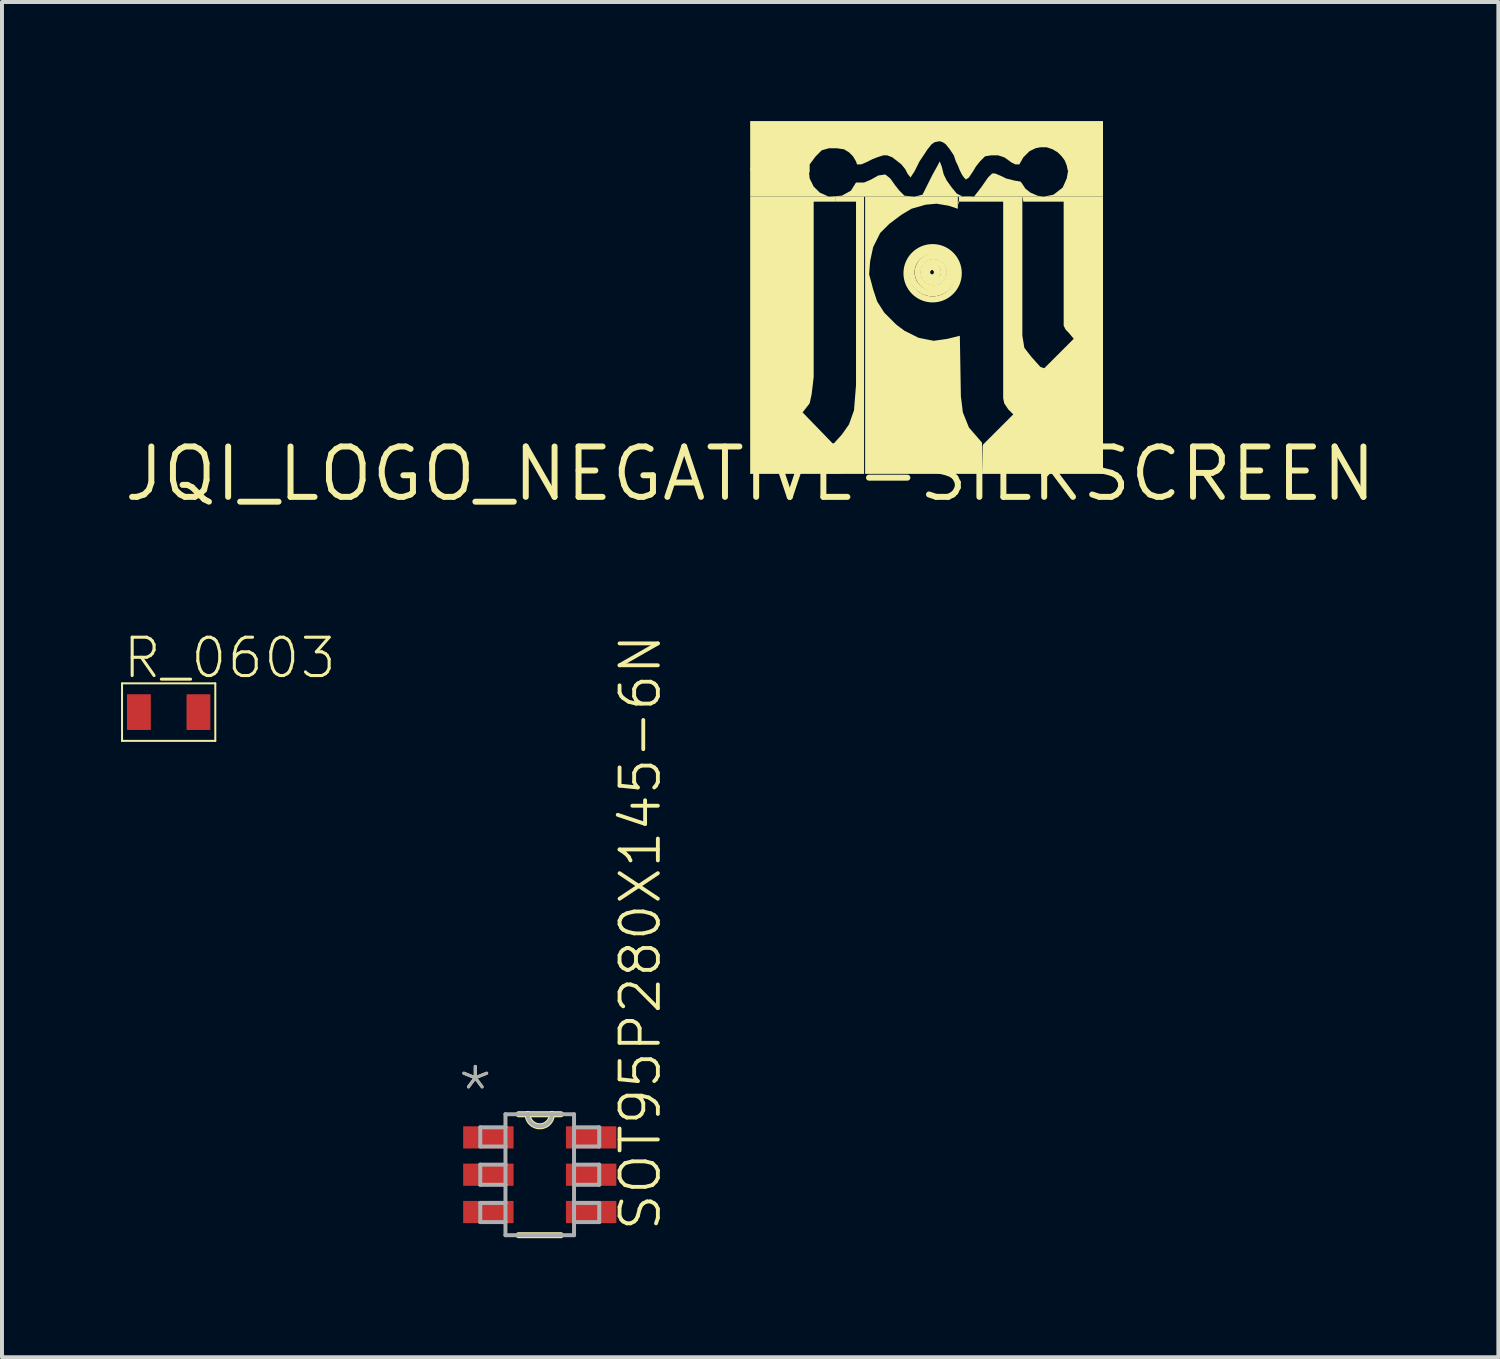
<source format=kicad_pcb>
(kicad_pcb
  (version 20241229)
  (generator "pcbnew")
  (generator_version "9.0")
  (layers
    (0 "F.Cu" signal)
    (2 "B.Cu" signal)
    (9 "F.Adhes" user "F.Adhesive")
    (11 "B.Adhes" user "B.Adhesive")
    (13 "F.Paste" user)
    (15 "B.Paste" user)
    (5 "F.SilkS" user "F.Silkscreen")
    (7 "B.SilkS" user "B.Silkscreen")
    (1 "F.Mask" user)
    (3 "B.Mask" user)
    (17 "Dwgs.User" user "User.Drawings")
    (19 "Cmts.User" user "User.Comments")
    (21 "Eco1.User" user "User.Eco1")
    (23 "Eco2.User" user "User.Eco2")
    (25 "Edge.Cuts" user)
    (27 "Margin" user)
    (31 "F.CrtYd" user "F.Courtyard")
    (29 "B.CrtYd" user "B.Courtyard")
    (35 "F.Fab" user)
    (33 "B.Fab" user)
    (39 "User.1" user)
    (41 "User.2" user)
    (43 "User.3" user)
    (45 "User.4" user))
  (footprint "R_0603"
    (layer "F.Cu")
    (at 1.2 14.893)
    (property "Reference" "R_0603" (at -1.2 -0.8 0) (layer "F.SilkS") (effects (font (size 0.965 0.965) (thickness 0.077)) (justify left bottom)))
    (attr through_hole)
    (fp_line (start -1.175 -0.725) (end -1.175 0.725) (stroke (width 0.05) (type solid)) (layer "F.SilkS"))
    (fp_line (start -1.175 0.725) (end 1.175 0.725) (stroke (width 0.05) (type solid)) (layer "F.SilkS"))
    (fp_line (start 1.175 -0.725) (end -1.175 -0.725) (stroke (width 0.05) (type solid)) (layer "F.SilkS"))
    (fp_line (start 1.175 0.725) (end 1.175 -0.725) (stroke (width 0.05) (type solid)) (layer "F.SilkS"))
    (pad "P$1" smd rect (at -0.75 0) (size 0.6 0.9) (layers "F.Cu" "F.Mask" "F.Paste"))
    (pad "P$2" smd rect (at 0.75 0) (size 0.6 0.9) (layers "F.Cu" "F.Mask" "F.Paste")))
  (footprint "JQI_LOGO_NEGATIVE-SILKSCREEN"
    (layer "F.Cu")
    (at 15.852 8.89)
    (property "Reference" "JQI_LOGO_NEGATIVE-SILKSCREEN" (at 0 0 0) (layer "F.SilkS") (effects (font (size 1.27 1.27) (thickness 0.15))))
    (attr through_hole)
    (fp_circle (center 4.572 -5.08) (end 4.629 -5.08) (stroke (width 0.152) (type solid)) (fill no) (layer "F.SilkS"))
    (fp_circle (center 4.597 -5.08) (end 4.734 -5.08) (stroke (width 0.152) (type solid)) (fill no) (layer "F.SilkS"))
    (fp_circle (center 4.597 -5.08) (end 5.128 -5.08) (stroke (width 0.152) (type solid)) (fill no) (layer "F.SilkS"))
    (fp_circle (center 4.597 -5.055) (end 5.256 -5.055) (stroke (width 0.152) (type solid)) (fill no) (layer "F.SilkS"))
    (fp_circle (center 4.623 -5.08) (end 4.882 -5.08) (stroke (width 0.152) (type solid)) (fill no) (layer "F.SilkS"))
    (fp_circle (center 4.623 -5.08) (end 5.024 -5.08) (stroke (width 0.152) (type solid)) (fill no) (layer "F.SilkS"))
    (fp_poly (pts (xy 2.057 -0.711) (xy 2.057 0) (xy 2.87 0) (xy 2.87 -6.985) (xy 2.159 -6.985) (xy 2.159 -6.858) (xy 2.667 -6.858) (xy 2.667 -2.235) (xy 2.616 -1.6) (xy 2.489 -1.245) (xy 2.311 -0.991)) (stroke (width 0) (type solid)) (fill yes) (layer "F.SilkS"))
    (fp_poly (pts (xy 2.083 -0.762) (xy 1.321 -1.549) (xy 1.499 -1.778) (xy 1.549 -2.007) (xy 1.6 -2.438) (xy 1.6 -6.858) (xy 2.159 -6.858) (xy 2.159 -6.985) (xy 0 -6.985) (xy 0 0) (xy 2.083 0)) (stroke (width 0) (type solid)) (fill yes) (layer "F.SilkS"))
    (fp_poly (pts (xy 7.391 -2.642) (xy 8.153 -3.404) (xy 8.026 -3.556) (xy 7.95 -3.632) (xy 7.899 -3.734) (xy 7.899 -6.858) (xy 6.883 -6.858) (xy 6.858 -6.985) (xy 8.89 -6.985) (xy 8.89 0) (xy 7.391 0)) (stroke (width 0) (type solid)) (fill yes) (layer "F.SilkS"))
    (fp_poly (pts (xy 5.232 -6.858) (xy 6.375 -6.858) (xy 6.375 -1.905) (xy 6.401 -1.778) (xy 6.502 -1.626) (xy 6.629 -1.499) (xy 5.867 -0.737) (xy 5.842 0) (xy 7.468 0) (xy 7.468 -2.642) (xy 7.315 -2.692) (xy 7.087 -2.946) (xy 6.909 -3.175) (xy 6.858 -3.48) (xy 6.858 -6.985) (xy 5.258 -6.985) (xy 5.258 -6.782)) (stroke (width 0) (type solid)) (fill yes) (layer "F.SilkS"))
    (fp_poly (pts (xy 5.842 -0.787) (xy 5.842 0) (xy 2.896 0) (xy 2.896 -6.985) (xy 5.232 -6.985) (xy 5.232 -6.68) (xy 5.004 -6.756) (xy 4.699 -6.807) (xy 4.42 -6.782) (xy 4.064 -6.68) (xy 3.81 -6.528) (xy 3.505 -6.299) (xy 3.277 -6.071) (xy 3.099 -5.715) (xy 3.023 -5.359) (xy 2.997 -5.029) (xy 3.099 -4.648) (xy 3.2 -4.343) (xy 3.378 -4.064) (xy 3.683 -3.759) (xy 3.886 -3.607) (xy 4.242 -3.429) (xy 4.623 -3.353) (xy 4.978 -3.404) (xy 5.283 -3.48) (xy 5.309 -1.956) (xy 5.359 -1.549) (xy 5.512 -1.168)) (stroke (width 0) (type solid)) (fill yes) (layer "F.SilkS"))
    (fp_poly (pts (xy 6.833 -7.341) (xy 6.934 -7.188) (xy 7.061 -7.087) (xy 7.239 -7.01) (xy 7.391 -6.985) (xy 7.645 -7.036) (xy 7.874 -7.214) (xy 7.976 -7.442) (xy 8.026 -7.722) (xy 8.89 -7.722) (xy 8.89 -6.985) (xy 0 -6.985) (xy 0 -7.696) (xy 1.473 -7.696) (xy 1.499 -7.442) (xy 1.6 -7.239) (xy 1.753 -7.087) (xy 1.981 -6.985) (xy 2.311 -7.01) (xy 2.54 -7.137) (xy 2.667 -7.341) (xy 2.87 -7.341) (xy 3.048 -7.417) (xy 3.226 -7.518) (xy 3.404 -7.544) (xy 3.531 -7.442) (xy 3.658 -7.264) (xy 3.759 -7.137) (xy 3.886 -7.01) (xy 4.14 -6.985) (xy 4.343 -7.036) (xy 4.597 -7.544) (xy 4.724 -7.772) (xy 4.775 -7.874) (xy 4.826 -7.747) (xy 4.877 -7.544) (xy 4.953 -7.391) (xy 5.08 -7.214) (xy 5.207 -7.061) (xy 5.41 -6.96) (xy 5.639 -6.985) (xy 5.817 -7.214) (xy 5.994 -7.468) (xy 6.096 -7.569) (xy 6.172 -7.569) (xy 6.35 -7.493) (xy 6.452 -7.442) (xy 6.655 -7.391) (xy 6.807 -7.366)) (stroke (width 0) (type solid)) (fill yes) (layer "F.SilkS"))
    (fp_poly (pts (xy 1.499 -7.595) (xy 1.499 -7.798) (xy 1.651 -8.001) (xy 1.803 -8.153) (xy 1.981 -8.204) (xy 2.184 -8.204) (xy 2.362 -8.179) (xy 2.489 -8.103) (xy 2.591 -8.001) (xy 2.667 -7.874) (xy 2.692 -7.798) (xy 2.794 -7.798) (xy 2.921 -7.849) (xy 3.073 -7.925) (xy 3.2 -7.976) (xy 3.353 -8.026) (xy 3.454 -8.026) (xy 3.581 -7.976) (xy 3.683 -7.899) (xy 3.81 -7.798) (xy 3.912 -7.671) (xy 3.962 -7.569) (xy 4.039 -7.468) (xy 4.14 -7.62) (xy 4.267 -7.874) (xy 4.369 -8.026) (xy 4.47 -8.179) (xy 4.572 -8.306) (xy 4.648 -8.357) (xy 4.775 -8.382) (xy 4.851 -8.357) (xy 4.928 -8.306) (xy 5.029 -8.179) (xy 5.131 -8.026) (xy 5.182 -7.874) (xy 5.232 -7.772) (xy 5.283 -7.645) (xy 5.334 -7.544) (xy 5.385 -7.468) (xy 5.436 -7.417) (xy 5.512 -7.468) (xy 5.613 -7.62) (xy 5.69 -7.747) (xy 5.791 -7.874) (xy 5.918 -8.001) (xy 6.071 -8.026) (xy 6.248 -8.026) (xy 6.401 -7.976) (xy 6.477 -7.925) (xy 6.579 -7.849) (xy 6.68 -7.798) (xy 6.782 -7.798) (xy 6.883 -7.976) (xy 7.036 -8.128) (xy 7.188 -8.204) (xy 7.315 -8.23) (xy 7.468 -8.23) (xy 7.62 -8.179) (xy 7.747 -8.103) (xy 7.849 -8.001) (xy 7.925 -7.899) (xy 7.976 -7.772) (xy 8.001 -7.645) (xy 8.89 -7.645) (xy 8.89 -8.89) (xy 0 -8.89) (xy 0 -7.645)) (stroke (width 0) (type solid)) (fill yes) (layer "F.SilkS")))
  (footprint "SOT95P280X145-6N"
    (layer "F.Cu")
    (at 10.55 26.549)
    (property "Reference" "SOT95P280X145-6N" (at 3.099 1.473 90) (layer "F.SilkS") (effects (font (size 0.965 0.965) (thickness 0.097)) (justify left bottom)))
    (attr through_hole)
    (fp_line (start -0.533 1.524) (end 0.533 1.524) (stroke (width 0.152) (type solid)) (layer "F.SilkS"))
    (fp_line (start -0.305 -1.524) (end -0.533 -1.524) (stroke (width 0.152) (type solid)) (layer "F.SilkS"))
    (fp_line (start 0.305 -1.524) (end -0.305 -1.524) (stroke (width 0.152) (type solid)) (layer "F.SilkS"))
    (fp_line (start 0.533 -1.524) (end 0.305 -1.524) (stroke (width 0.152) (type solid)) (layer "F.SilkS"))
    (fp_arc (start 0.3048 -1.524) (mid 0 -1.2192) (end -0.3048 -1.524) (stroke (width 0.1524) (type solid)) (layer "F.SilkS"))
    (fp_line (start -1.499 -1.194) (end -1.499 -0.711) (stroke (width 0.1) (type solid)) (layer "F.Fab"))
    (fp_line (start -1.499 -0.711) (end -0.864 -0.711) (stroke (width 0.1) (type solid)) (layer "F.Fab"))
    (fp_line (start -1.499 -0.254) (end -1.499 0.254) (stroke (width 0.1) (type solid)) (layer "F.Fab"))
    (fp_line (start -1.499 0.254) (end -0.864 0.254) (stroke (width 0.1) (type solid)) (layer "F.Fab"))
    (fp_line (start -1.499 0.711) (end -1.499 1.194) (stroke (width 0.1) (type solid)) (layer "F.Fab"))
    (fp_line (start -1.499 1.194) (end -0.864 1.194) (stroke (width 0.1) (type solid)) (layer "F.Fab"))
    (fp_line (start -0.864 -1.524) (end -0.864 -1.194) (stroke (width 0.1) (type solid)) (layer "F.Fab"))
    (fp_line (start -0.864 -1.194) (end -1.499 -1.194) (stroke (width 0.1) (type solid)) (layer "F.Fab"))
    (fp_line (start -0.864 -1.194) (end -0.864 -0.711) (stroke (width 0.1) (type solid)) (layer "F.Fab"))
    (fp_line (start -0.864 -0.711) (end -0.864 -0.254) (stroke (width 0.1) (type solid)) (layer "F.Fab"))
    (fp_line (start -0.864 -0.254) (end -1.499 -0.254) (stroke (width 0.1) (type solid)) (layer "F.Fab"))
    (fp_line (start -0.864 -0.254) (end -0.864 0.254) (stroke (width 0.1) (type solid)) (layer "F.Fab"))
    (fp_line (start -0.864 0.254) (end -0.864 0.711) (stroke (width 0.1) (type solid)) (layer "F.Fab"))
    (fp_line (start -0.864 0.711) (end -1.499 0.711) (stroke (width 0.1) (type solid)) (layer "F.Fab"))
    (fp_line (start -0.864 1.194) (end -0.864 0.711) (stroke (width 0.1) (type solid)) (layer "F.Fab"))
    (fp_line (start -0.864 1.524) (end -0.864 1.194) (stroke (width 0.1) (type solid)) (layer "F.Fab"))
    (fp_line (start -0.864 1.524) (end 0.864 1.524) (stroke (width 0.1) (type solid)) (layer "F.Fab"))
    (fp_line (start -0.305 -1.524) (end -0.864 -1.524) (stroke (width 0.1) (type solid)) (layer "F.Fab"))
    (fp_line (start 0.305 -1.524) (end -0.305 -1.524) (stroke (width 0.1) (type solid)) (layer "F.Fab"))
    (fp_line (start 0.864 -1.524) (end 0.305 -1.524) (stroke (width 0.1) (type solid)) (layer "F.Fab"))
    (fp_line (start 0.864 -1.524) (end 0.864 -1.194) (stroke (width 0.1) (type solid)) (layer "F.Fab"))
    (fp_line (start 0.864 -1.194) (end 0.864 -0.711) (stroke (width 0.1) (type solid)) (layer "F.Fab"))
    (fp_line (start 0.864 -0.711) (end 1.499 -0.711) (stroke (width 0.1) (type solid)) (layer "F.Fab"))
    (fp_line (start 0.864 -0.254) (end 0.864 -0.711) (stroke (width 0.1) (type solid)) (layer "F.Fab"))
    (fp_line (start 0.864 0.254) (end 0.864 -0.254) (stroke (width 0.1) (type solid)) (layer "F.Fab"))
    (fp_line (start 0.864 0.254) (end 1.499 0.254) (stroke (width 0.1) (type solid)) (layer "F.Fab"))
    (fp_line (start 0.864 0.711) (end 0.864 0.254) (stroke (width 0.1) (type solid)) (layer "F.Fab"))
    (fp_line (start 0.864 1.194) (end 0.864 0.711) (stroke (width 0.1) (type solid)) (layer "F.Fab"))
    (fp_line (start 0.864 1.194) (end 1.499 1.194) (stroke (width 0.1) (type solid)) (layer "F.Fab"))
    (fp_line (start 0.864 1.524) (end 0.864 1.194) (stroke (width 0.1) (type solid)) (layer "F.Fab"))
    (fp_line (start 1.499 -1.194) (end 0.864 -1.194) (stroke (width 0.1) (type solid)) (layer "F.Fab"))
    (fp_line (start 1.499 -0.711) (end 1.499 -1.194) (stroke (width 0.1) (type solid)) (layer "F.Fab"))
    (fp_line (start 1.499 -0.254) (end 0.864 -0.254) (stroke (width 0.1) (type solid)) (layer "F.Fab"))
    (fp_line (start 1.499 0.254) (end 1.499 -0.254) (stroke (width 0.1) (type solid)) (layer "F.Fab"))
    (fp_line (start 1.499 0.711) (end 0.864 0.711) (stroke (width 0.1) (type solid)) (layer "F.Fab"))
    (fp_line (start 1.499 1.194) (end 1.499 0.711) (stroke (width 0.1) (type solid)) (layer "F.Fab"))
    (fp_arc (start 0.3048 -1.524) (mid 0 -1.2192) (end -0.3048 -1.524) (stroke (width 0.1) (type solid)) (layer "F.Fab"))
    (fp_text user "*" (at -2.134 -1.372 0) (layer "F.SilkS") (effects (font (size 1.206 1.206) (thickness 0.076)) (justify left bottom)))
    (fp_text user "*" (at -2.134 -1.372 0) (layer "F.Fab") (effects (font (size 1.206 1.206) (thickness 0.076)) (justify left bottom)))
    (pad "1" smd rect (at -1.295 -0.94) (size 1.27 0.559) (layers "F.Cu" "F.Mask" "F.Paste"))
    (pad "2" smd rect (at -1.295 0) (size 1.27 0.559) (layers "F.Cu" "F.Mask" "F.Paste"))
    (pad "3" smd rect (at -1.295 0.94) (size 1.27 0.559) (layers "F.Cu" "F.Mask" "F.Paste"))
    (pad "4" smd rect (at 1.295 0.94) (size 1.27 0.559) (layers "F.Cu" "F.Mask" "F.Paste"))
    (pad "5" smd rect (at 1.295 0) (size 1.27 0.559) (layers "F.Cu" "F.Mask" "F.Paste"))
    (pad "6" smd rect (at 1.295 -0.94) (size 1.27 0.559) (layers "F.Cu" "F.Mask" "F.Paste")))
  (gr_rect
    (start -3 -3)
    (end 34.704 31.149)
    (stroke (width 0.1) (type default))
    (fill no)
    (layer "Edge.Cuts")))
</source>
